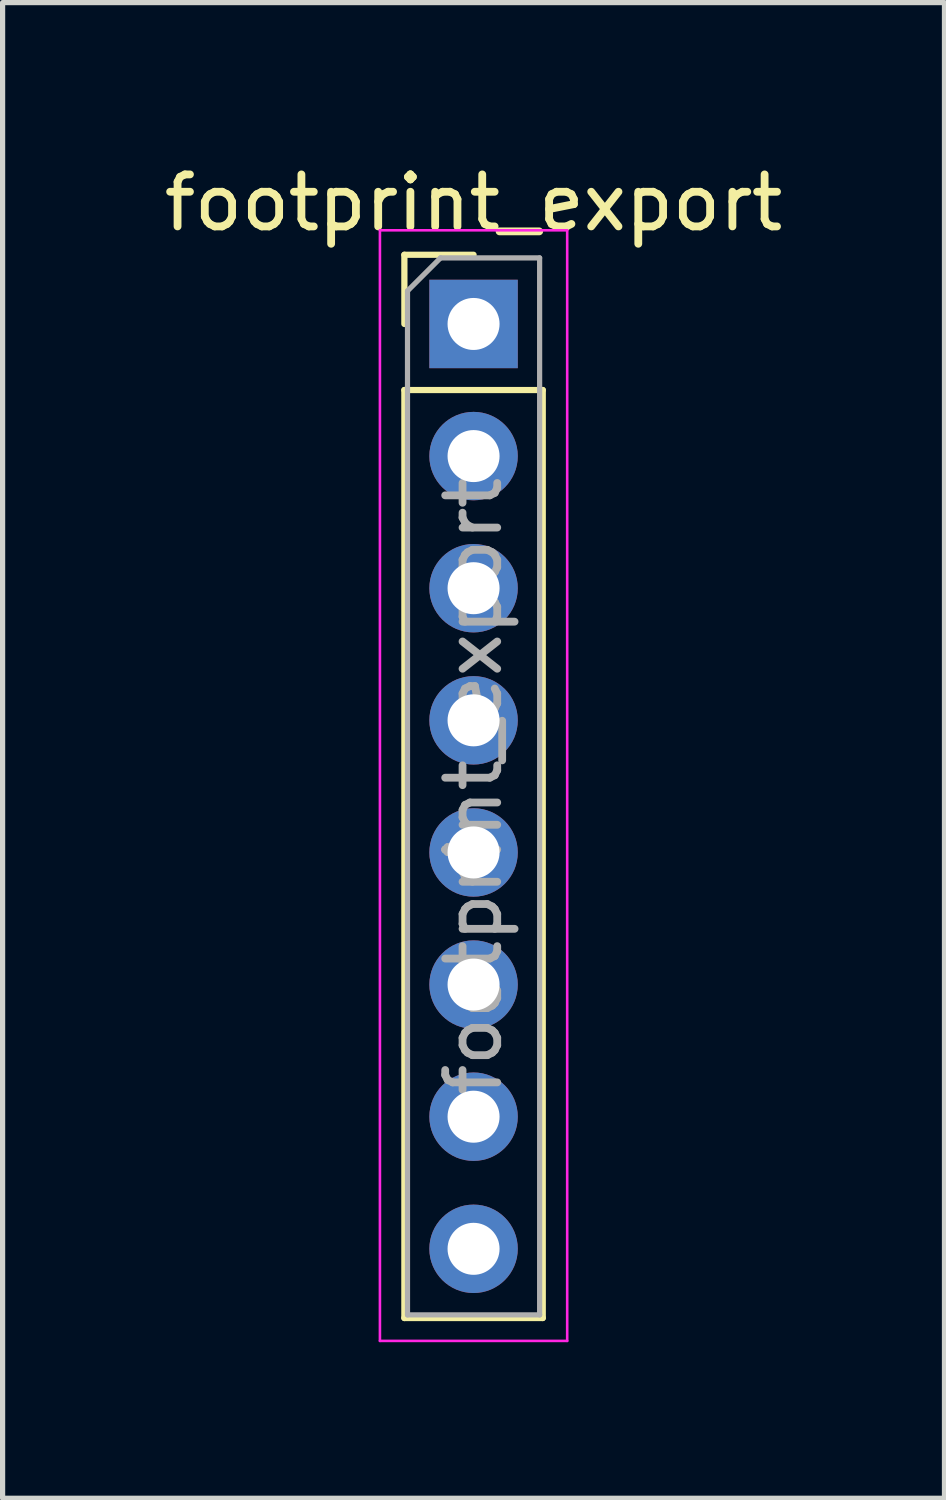
<source format=kicad_pcb>
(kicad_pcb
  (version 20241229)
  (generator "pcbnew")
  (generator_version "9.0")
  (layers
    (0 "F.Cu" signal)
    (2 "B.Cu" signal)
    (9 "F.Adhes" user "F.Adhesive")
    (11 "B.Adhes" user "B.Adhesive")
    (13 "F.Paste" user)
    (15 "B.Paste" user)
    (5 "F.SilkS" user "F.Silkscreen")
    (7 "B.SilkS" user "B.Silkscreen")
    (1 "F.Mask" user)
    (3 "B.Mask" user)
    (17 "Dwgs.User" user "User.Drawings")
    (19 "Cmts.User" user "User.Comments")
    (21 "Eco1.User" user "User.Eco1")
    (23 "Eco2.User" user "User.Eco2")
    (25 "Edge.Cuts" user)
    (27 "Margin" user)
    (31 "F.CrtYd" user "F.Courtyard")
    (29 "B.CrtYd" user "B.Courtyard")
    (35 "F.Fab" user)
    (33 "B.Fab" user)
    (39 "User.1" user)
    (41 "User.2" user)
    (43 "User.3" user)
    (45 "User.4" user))
  (footprint "footprint_export"
    (layer "F.Cu")
    (at 6.054 3.178)
    (property "Reference" "footprint_export" (at 0 -2.33 0) (layer "F.SilkS") (effects (font (size 1 1) (thickness 0.15))))
    (attr through_hole)
    (fp_line (start -1.33 -1.33) (end 0 -1.33) (stroke (width 0.12) (type solid)) (layer "F.SilkS"))
    (fp_line (start -1.33 0) (end -1.33 -1.33) (stroke (width 0.12) (type solid)) (layer "F.SilkS"))
    (fp_line (start -1.33 1.27) (end -1.33 19.11) (stroke (width 0.12) (type solid)) (layer "F.SilkS"))
    (fp_line (start -1.33 1.27) (end 1.33 1.27) (stroke (width 0.12) (type solid)) (layer "F.SilkS"))
    (fp_line (start -1.33 19.11) (end 1.33 19.11) (stroke (width 0.12) (type solid)) (layer "F.SilkS"))
    (fp_line (start 1.33 1.27) (end 1.33 19.11) (stroke (width 0.12) (type solid)) (layer "F.SilkS"))
    (fp_line (start -1.8 -1.8) (end -1.8 19.55) (stroke (width 0.05) (type solid)) (layer "F.CrtYd"))
    (fp_line (start -1.8 19.55) (end 1.8 19.55) (stroke (width 0.05) (type solid)) (layer "F.CrtYd"))
    (fp_line (start 1.8 -1.8) (end -1.8 -1.8) (stroke (width 0.05) (type solid)) (layer "F.CrtYd"))
    (fp_line (start 1.8 19.55) (end 1.8 -1.8) (stroke (width 0.05) (type solid)) (layer "F.CrtYd"))
    (fp_line (start -1.27 -0.635) (end -0.635 -1.27) (stroke (width 0.1) (type solid)) (layer "F.Fab"))
    (fp_line (start -1.27 19.05) (end -1.27 -0.635) (stroke (width 0.1) (type solid)) (layer "F.Fab"))
    (fp_line (start -0.635 -1.27) (end 1.27 -1.27) (stroke (width 0.1) (type solid)) (layer "F.Fab"))
    (fp_line (start 1.27 -1.27) (end 1.27 19.05) (stroke (width 0.1) (type solid)) (layer "F.Fab"))
    (fp_line (start 1.27 19.05) (end -1.27 19.05) (stroke (width 0.1) (type solid)) (layer "F.Fab"))
    (fp_text user "${REFERENCE}" (at 0 8.89 90) (layer "F.Fab") (effects (font (size 1 1) (thickness 0.15))))
    (pad "1" thru_hole rect (at 0 0) (size 1.7 1.7) (drill 1) (layers "*.Cu" "*.Mask"))
    (pad "2" thru_hole oval (at 0 2.54) (size 1.7 1.7) (drill 1) (layers "*.Cu" "*.Mask"))
    (pad "3" thru_hole oval (at 0 5.08) (size 1.7 1.7) (drill 1) (layers "*.Cu" "*.Mask"))
    (pad "4" thru_hole oval (at 0 7.62) (size 1.7 1.7) (drill 1) (layers "*.Cu" "*.Mask"))
    (pad "5" thru_hole oval (at 0 10.16) (size 1.7 1.7) (drill 1) (layers "*.Cu" "*.Mask"))
    (pad "6" thru_hole oval (at 0 12.7) (size 1.7 1.7) (drill 1) (layers "*.Cu" "*.Mask"))
    (pad "7" thru_hole oval (at 0 15.24) (size 1.7 1.7) (drill 1) (layers "*.Cu" "*.Mask"))
    (pad "8" thru_hole oval (at 0 17.78) (size 1.7 1.7) (drill 1) (layers "*.Cu" "*.Mask")))
  (gr_rect
    (start -3 -3)
    (end 15.107 25.753)
    (stroke (width 0.1) (type default))
    (fill no)
    (layer "Edge.Cuts")))
</source>
